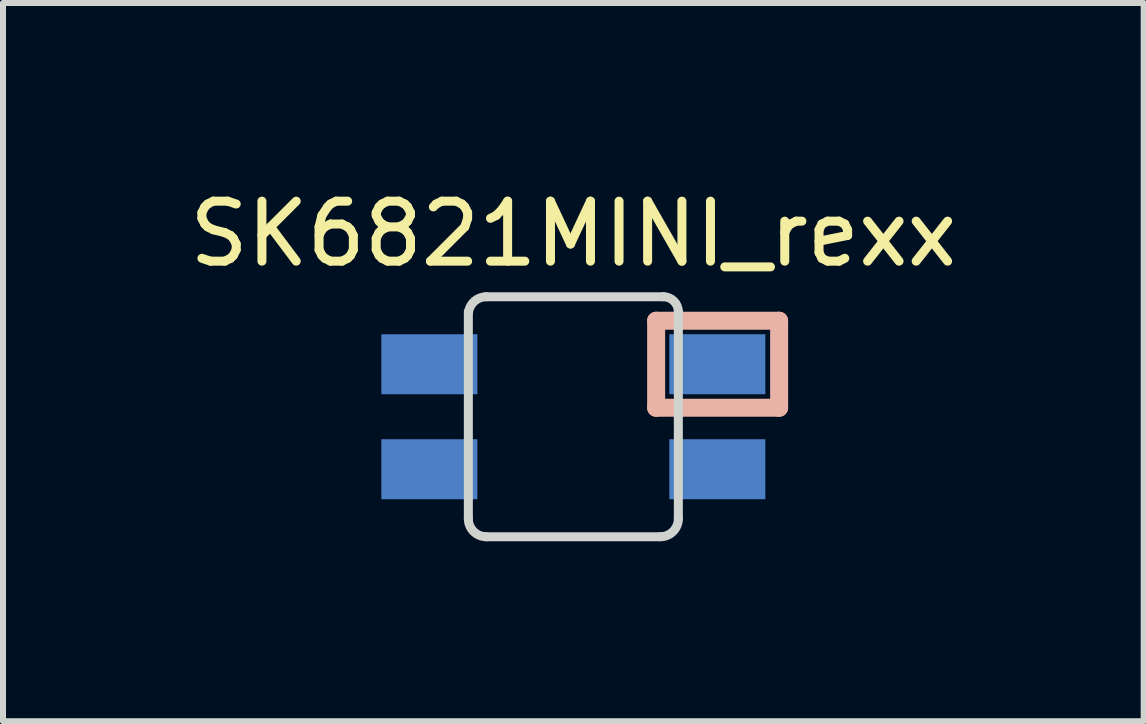
<source format=kicad_pcb>
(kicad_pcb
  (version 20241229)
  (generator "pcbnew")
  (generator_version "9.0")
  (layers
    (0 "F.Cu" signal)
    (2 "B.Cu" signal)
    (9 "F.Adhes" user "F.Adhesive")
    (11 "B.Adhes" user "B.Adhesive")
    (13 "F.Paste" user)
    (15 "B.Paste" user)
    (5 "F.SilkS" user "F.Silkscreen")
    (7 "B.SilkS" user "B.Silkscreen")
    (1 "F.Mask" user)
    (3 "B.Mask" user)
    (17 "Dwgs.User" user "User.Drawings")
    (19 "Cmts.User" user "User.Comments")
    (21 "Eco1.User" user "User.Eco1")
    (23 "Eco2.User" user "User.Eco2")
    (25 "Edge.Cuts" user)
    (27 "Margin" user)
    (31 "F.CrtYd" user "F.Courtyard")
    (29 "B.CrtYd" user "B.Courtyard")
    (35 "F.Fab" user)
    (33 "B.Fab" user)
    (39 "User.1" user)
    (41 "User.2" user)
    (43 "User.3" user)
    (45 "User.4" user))
  (footprint "SK6821MINI_rexx"
    (layer "F.Cu")
    (at 7.776 2.626)
    (property "Reference" "SK6821MINI_rexx" (at -1.27 -1.778 0) (layer "F.SilkS") (effects (font (size 1 1) (thickness 0.15))))
    (attr through_hole)
    (fp_line (start 0.11 -0.33) (end 2.16 -0.33) (stroke (width 0.3) (type solid)) (layer "B.SilkS"))
    (fp_line (start 0.11 1.12) (end 0.11 -0.33) (stroke (width 0.3) (type solid)) (layer "B.SilkS"))
    (fp_line (start 2.16 -0.33) (end 2.16 1.12) (stroke (width 0.3) (type solid)) (layer "B.SilkS"))
    (fp_line (start 2.16 1.12) (end 0.11 1.12) (stroke (width 0.3) (type solid)) (layer "B.SilkS"))
    (fp_line (start -3.02 -0.48) (end -3.02 2.97) (stroke (width 0.15) (type solid)) (layer "Edge.Cuts"))
    (fp_line (start -2.72 3.27) (end 0.18 3.27) (stroke (width 0.15) (type solid)) (layer "Edge.Cuts"))
    (fp_line (start 0.23 -0.73) (end -2.72 -0.73) (stroke (width 0.15) (type solid)) (layer "Edge.Cuts"))
    (fp_line (start 0.48 2.97) (end 0.48 -0.48) (stroke (width 0.15) (type solid)) (layer "Edge.Cuts"))
    (fp_arc (start -3.016985 -0.472426) (mid -2.916561 -0.656636) (end -2.72 -0.73) (stroke (width 0.15) (type solid)) (layer "Edge.Cuts"))
    (fp_arc (start -2.72 3.27) (mid -2.932132 3.182132) (end -3.02 2.97) (stroke (width 0.15) (type solid)) (layer "Edge.Cuts"))
    (fp_arc (start 0.23 -0.73) (mid 0.406777 -0.656777) (end 0.48 -0.48) (stroke (width 0.15) (type solid)) (layer "Edge.Cuts"))
    (fp_arc (start 0.48 2.97) (mid 0.392132 3.182132) (end 0.18 3.27) (stroke (width 0.15) (type solid)) (layer "Edge.Cuts"))
    (pad "1" smd rect (at -3.67 0.395) (size 1.6 1) (layers "B.Cu" "B.Mask" "B.Paste"))
    (pad "2" smd rect (at -3.67 2.145) (size 1.6 1) (layers "B.Cu" "B.Mask" "B.Paste"))
    (pad "3" smd rect (at 1.13 2.145) (size 1.6 1) (layers "B.Cu" "B.Mask" "B.Paste"))
    (pad "4" smd rect (at 1.13 0.395) (size 1.6 1) (layers "B.Cu" "B.Mask" "B.Paste")))
  (gr_rect
    (start -3 -3)
    (end 16.012 8.971)
    (stroke (width 0.1) (type default))
    (fill no)
    (layer "Edge.Cuts")))
</source>
